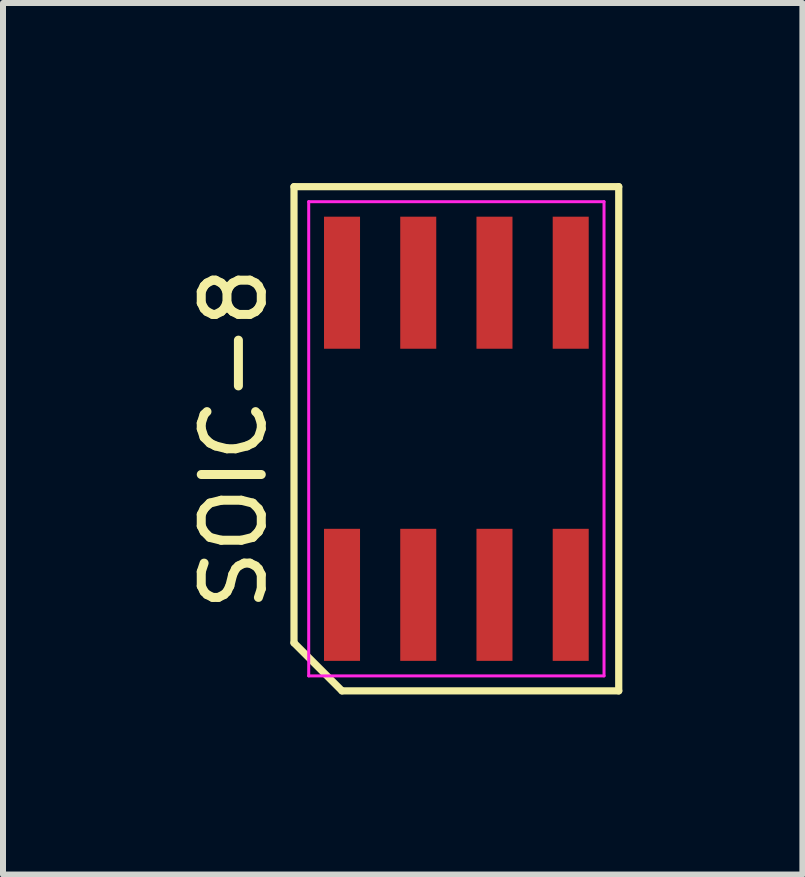
<source format=kicad_pcb>
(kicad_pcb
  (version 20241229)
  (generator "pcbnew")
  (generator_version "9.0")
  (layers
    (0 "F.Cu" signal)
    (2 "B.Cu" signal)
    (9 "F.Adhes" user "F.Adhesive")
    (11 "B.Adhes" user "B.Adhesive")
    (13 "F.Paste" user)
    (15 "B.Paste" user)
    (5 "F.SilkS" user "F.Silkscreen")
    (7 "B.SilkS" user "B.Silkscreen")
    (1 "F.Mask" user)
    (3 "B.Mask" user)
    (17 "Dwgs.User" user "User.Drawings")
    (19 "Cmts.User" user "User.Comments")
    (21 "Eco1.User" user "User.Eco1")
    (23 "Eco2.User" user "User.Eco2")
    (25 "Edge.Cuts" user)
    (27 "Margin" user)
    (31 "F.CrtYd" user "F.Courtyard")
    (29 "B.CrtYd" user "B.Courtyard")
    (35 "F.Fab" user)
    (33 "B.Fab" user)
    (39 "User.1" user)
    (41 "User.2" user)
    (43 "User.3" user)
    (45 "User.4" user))
  (footprint "SOIC-8"
    (layer "F.Cu")
    (at 4.553 4.26)
    (property "Reference" "SOIC-8" (at -3.705 0 90) (layer "F.SilkS") (effects (font (size 1 1) (thickness 0.15))))
    (attr smd)
    (fp_line (start -2.705 -4.2) (end 2.705 -4.2) (stroke (width 0.12) (type solid)) (layer "F.SilkS"))
    (fp_line (start -2.705 3.4) (end -2.705 -4.2) (stroke (width 0.12) (type solid)) (layer "F.SilkS"))
    (fp_line (start -1.905 4.2) (end -2.705 3.4) (stroke (width 0.12) (type solid)) (layer "F.SilkS"))
    (fp_line (start 2.705 -4.2) (end 2.705 4.2) (stroke (width 0.12) (type solid)) (layer "F.SilkS"))
    (fp_line (start 2.705 4.2) (end -1.905 4.2) (stroke (width 0.12) (type solid)) (layer "F.SilkS"))
    (fp_line (start -2.46 -3.95) (end 2.46 -3.95) (stroke (width 0.05) (type solid)) (layer "F.CrtYd"))
    (fp_line (start -2.46 3.95) (end -2.46 -3.95) (stroke (width 0.05) (type solid)) (layer "F.CrtYd"))
    (fp_line (start 2.46 -3.95) (end 2.46 3.95) (stroke (width 0.05) (type solid)) (layer "F.CrtYd"))
    (fp_line (start 2.46 3.95) (end -2.46 3.95) (stroke (width 0.05) (type solid)) (layer "F.CrtYd"))
    (pad "1" smd rect (at -1.905 2.6) (size 0.6 2.2) (layers "F.Cu" "F.Mask" "F.Paste"))
    (pad "2" smd rect (at -0.635 2.6) (size 0.6 2.2) (layers "F.Cu" "F.Mask" "F.Paste"))
    (pad "3" smd rect (at 0.635 2.6) (size 0.6 2.2) (layers "F.Cu" "F.Mask" "F.Paste"))
    (pad "4" smd rect (at 1.905 2.6) (size 0.6 2.2) (layers "F.Cu" "F.Mask" "F.Paste"))
    (pad "5" smd rect (at 1.905 -2.6) (size 0.6 2.2) (layers "F.Cu" "F.Mask" "F.Paste"))
    (pad "6" smd rect (at 0.635 -2.6) (size 0.6 2.2) (layers "F.Cu" "F.Mask" "F.Paste"))
    (pad "7" smd rect (at -0.635 -2.6) (size 0.6 2.2) (layers "F.Cu" "F.Mask" "F.Paste"))
    (pad "8" smd rect (at -1.905 -2.6) (size 0.6 2.2) (layers "F.Cu" "F.Mask" "F.Paste")))
  (gr_rect
    (start -3 -3)
    (end 10.318 11.52)
    (stroke (width 0.1) (type default))
    (fill no)
    (layer "Edge.Cuts")))
</source>
